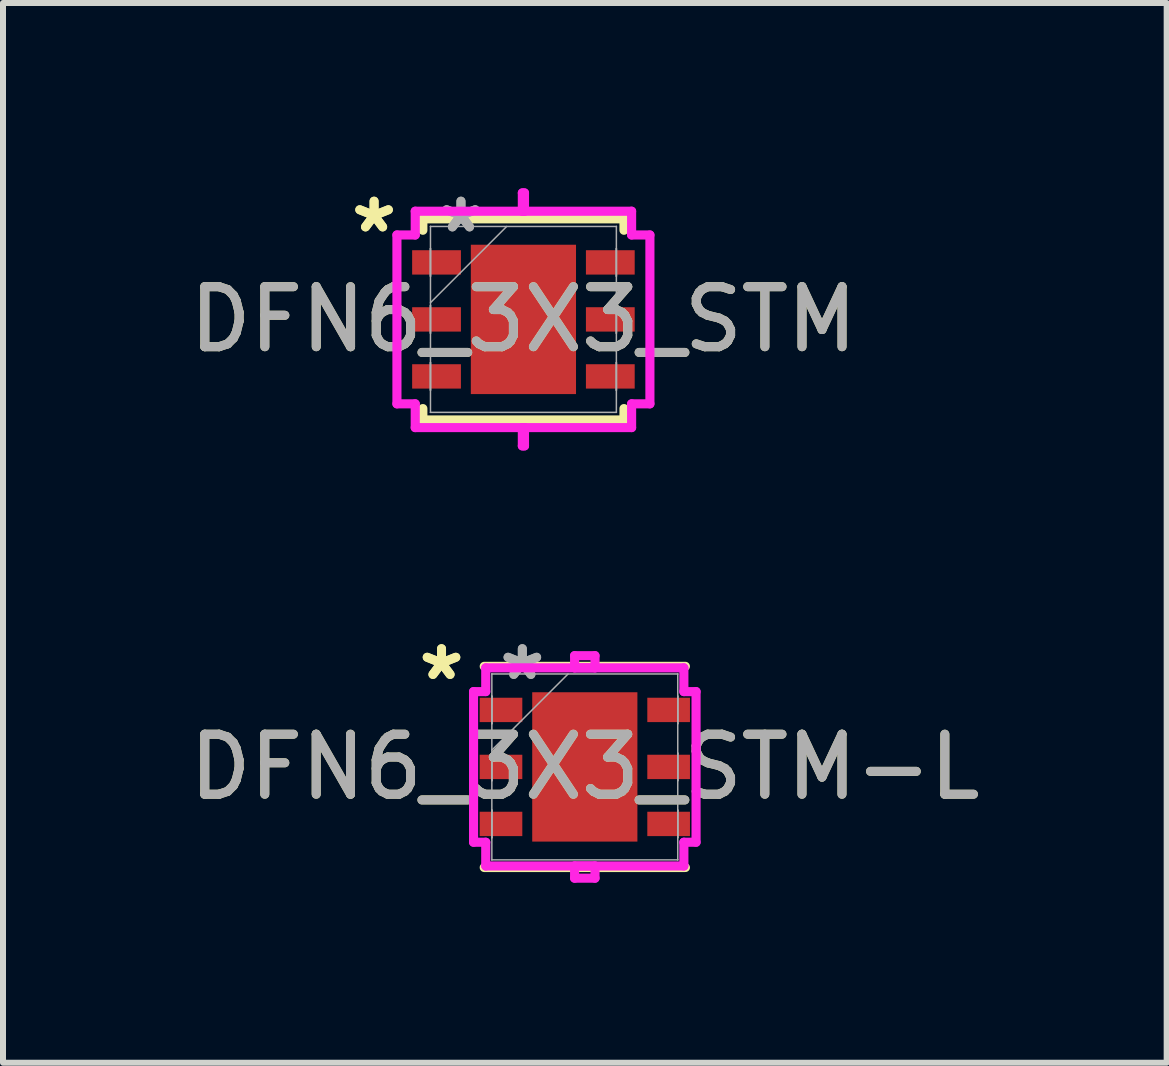
<source format=kicad_pcb>
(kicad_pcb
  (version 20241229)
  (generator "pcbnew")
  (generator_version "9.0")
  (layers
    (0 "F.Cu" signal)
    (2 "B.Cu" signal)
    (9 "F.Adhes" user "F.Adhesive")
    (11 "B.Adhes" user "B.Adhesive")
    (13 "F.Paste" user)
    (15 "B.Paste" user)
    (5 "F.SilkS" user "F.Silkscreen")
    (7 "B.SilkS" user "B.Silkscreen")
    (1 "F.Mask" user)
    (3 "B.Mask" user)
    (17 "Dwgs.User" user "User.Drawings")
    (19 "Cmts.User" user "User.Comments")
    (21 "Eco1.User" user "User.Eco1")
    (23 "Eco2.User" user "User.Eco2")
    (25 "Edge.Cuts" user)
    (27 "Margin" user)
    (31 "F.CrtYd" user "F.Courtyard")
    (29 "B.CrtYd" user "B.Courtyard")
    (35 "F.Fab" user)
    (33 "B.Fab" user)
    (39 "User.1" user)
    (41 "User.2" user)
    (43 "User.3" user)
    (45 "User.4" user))
  (footprint "DFN6_3X3_STM-L"
    (layer "F.Cu")
    (at 6.696 9.731)
    (property "Reference" "DFN6_3X3_STM-L" (at 0 0 0) (unlocked yes) (layer "F.SilkS") (effects (font (size 1 1) (thickness 0.15))))
    (attr smd)
    (fp_line (start -1.676 1.676) (end 1.676 1.676) (stroke (width 0.152) (type solid)) (layer "F.SilkS"))
    (fp_line (start 1.676 -1.676) (end -1.676 -1.676) (stroke (width 0.152) (type solid)) (layer "F.SilkS"))
    (fp_line (start -1.854 -1.255) (end -1.651 -1.255) (stroke (width 0.152) (type solid)) (layer "F.CrtYd"))
    (fp_line (start -1.854 1.255) (end -1.854 -1.255) (stroke (width 0.152) (type solid)) (layer "F.CrtYd"))
    (fp_line (start -1.651 -1.651) (end 0.17 -1.651) (stroke (width 0.152) (type solid)) (layer "F.CrtYd"))
    (fp_line (start -1.651 -1.255) (end -1.651 -1.651) (stroke (width 0.152) (type solid)) (layer "F.CrtYd"))
    (fp_line (start -1.651 1.255) (end -1.854 1.255) (stroke (width 0.152) (type solid)) (layer "F.CrtYd"))
    (fp_line (start -1.651 1.651) (end -1.651 1.255) (stroke (width 0.152) (type solid)) (layer "F.CrtYd"))
    (fp_line (start -0.17 -1.854) (end -0.17 -1.651) (stroke (width 0.152) (type solid)) (layer "F.CrtYd"))
    (fp_line (start -0.17 -1.651) (end 1.651 -1.651) (stroke (width 0.152) (type solid)) (layer "F.CrtYd"))
    (fp_line (start -0.17 1.651) (end -0.17 1.854) (stroke (width 0.152) (type solid)) (layer "F.CrtYd"))
    (fp_line (start -0.17 1.854) (end 0.17 1.854) (stroke (width 0.152) (type solid)) (layer "F.CrtYd"))
    (fp_line (start 0.17 -1.854) (end -0.17 -1.854) (stroke (width 0.152) (type solid)) (layer "F.CrtYd"))
    (fp_line (start 0.17 -1.651) (end 0.17 -1.854) (stroke (width 0.152) (type solid)) (layer "F.CrtYd"))
    (fp_line (start 0.17 1.651) (end -1.651 1.651) (stroke (width 0.152) (type solid)) (layer "F.CrtYd"))
    (fp_line (start 0.17 1.854) (end 0.17 1.651) (stroke (width 0.152) (type solid)) (layer "F.CrtYd"))
    (fp_line (start 1.651 -1.651) (end 1.651 -1.255) (stroke (width 0.152) (type solid)) (layer "F.CrtYd"))
    (fp_line (start 1.651 -1.255) (end 1.854 -1.255) (stroke (width 0.152) (type solid)) (layer "F.CrtYd"))
    (fp_line (start 1.651 1.255) (end 1.651 1.651) (stroke (width 0.152) (type solid)) (layer "F.CrtYd"))
    (fp_line (start 1.651 1.651) (end -0.17 1.651) (stroke (width 0.152) (type solid)) (layer "F.CrtYd"))
    (fp_line (start 1.854 -1.255) (end 1.854 1.255) (stroke (width 0.152) (type solid)) (layer "F.CrtYd"))
    (fp_line (start 1.854 1.255) (end 1.651 1.255) (stroke (width 0.152) (type solid)) (layer "F.CrtYd"))
    (fp_line (start -1.549 -1.549) (end -1.549 -1.549) (stroke (width 0.025) (type solid)) (layer "F.Fab"))
    (fp_line (start -1.549 -1.549) (end -1.549 1.549) (stroke (width 0.025) (type solid)) (layer "F.Fab"))
    (fp_line (start -1.549 -1.179) (end -1.549 -1.179) (stroke (width 0.025) (type solid)) (layer "F.Fab"))
    (fp_line (start -1.549 -1.179) (end -1.549 -0.721) (stroke (width 0.025) (type solid)) (layer "F.Fab"))
    (fp_line (start -1.549 -0.721) (end -1.549 -1.179) (stroke (width 0.025) (type solid)) (layer "F.Fab"))
    (fp_line (start -1.549 -0.721) (end -1.549 -0.721) (stroke (width 0.025) (type solid)) (layer "F.Fab"))
    (fp_line (start -1.549 -0.279) (end -0.279 -1.549) (stroke (width 0.025) (type solid)) (layer "F.Fab"))
    (fp_line (start -1.549 -0.229) (end -1.549 -0.229) (stroke (width 0.025) (type solid)) (layer "F.Fab"))
    (fp_line (start -1.549 -0.229) (end -1.549 0.229) (stroke (width 0.025) (type solid)) (layer "F.Fab"))
    (fp_line (start -1.549 0.229) (end -1.549 -0.229) (stroke (width 0.025) (type solid)) (layer "F.Fab"))
    (fp_line (start -1.549 0.229) (end -1.549 0.229) (stroke (width 0.025) (type solid)) (layer "F.Fab"))
    (fp_line (start -1.549 0.721) (end -1.549 0.721) (stroke (width 0.025) (type solid)) (layer "F.Fab"))
    (fp_line (start -1.549 0.721) (end -1.549 1.179) (stroke (width 0.025) (type solid)) (layer "F.Fab"))
    (fp_line (start -1.549 1.179) (end -1.549 0.721) (stroke (width 0.025) (type solid)) (layer "F.Fab"))
    (fp_line (start -1.549 1.179) (end -1.549 1.179) (stroke (width 0.025) (type solid)) (layer "F.Fab"))
    (fp_line (start -1.549 1.549) (end -1.549 1.549) (stroke (width 0.025) (type solid)) (layer "F.Fab"))
    (fp_line (start -1.549 1.549) (end 1.549 1.549) (stroke (width 0.025) (type solid)) (layer "F.Fab"))
    (fp_line (start 1.549 -1.549) (end -1.549 -1.549) (stroke (width 0.025) (type solid)) (layer "F.Fab"))
    (fp_line (start 1.549 -1.549) (end 1.549 -1.549) (stroke (width 0.025) (type solid)) (layer "F.Fab"))
    (fp_line (start 1.549 -1.179) (end 1.549 -1.179) (stroke (width 0.025) (type solid)) (layer "F.Fab"))
    (fp_line (start 1.549 -1.179) (end 1.549 -0.721) (stroke (width 0.025) (type solid)) (layer "F.Fab"))
    (fp_line (start 1.549 -0.721) (end 1.549 -1.179) (stroke (width 0.025) (type solid)) (layer "F.Fab"))
    (fp_line (start 1.549 -0.721) (end 1.549 -0.721) (stroke (width 0.025) (type solid)) (layer "F.Fab"))
    (fp_line (start 1.549 -0.229) (end 1.549 -0.229) (stroke (width 0.025) (type solid)) (layer "F.Fab"))
    (fp_line (start 1.549 -0.229) (end 1.549 0.229) (stroke (width 0.025) (type solid)) (layer "F.Fab"))
    (fp_line (start 1.549 0.229) (end 1.549 -0.229) (stroke (width 0.025) (type solid)) (layer "F.Fab"))
    (fp_line (start 1.549 0.229) (end 1.549 0.229) (stroke (width 0.025) (type solid)) (layer "F.Fab"))
    (fp_line (start 1.549 0.721) (end 1.549 0.721) (stroke (width 0.025) (type solid)) (layer "F.Fab"))
    (fp_line (start 1.549 0.721) (end 1.549 1.179) (stroke (width 0.025) (type solid)) (layer "F.Fab"))
    (fp_line (start 1.549 1.179) (end 1.549 0.721) (stroke (width 0.025) (type solid)) (layer "F.Fab"))
    (fp_line (start 1.549 1.179) (end 1.549 1.179) (stroke (width 0.025) (type solid)) (layer "F.Fab"))
    (fp_line (start 1.549 1.549) (end 1.549 -1.549) (stroke (width 0.025) (type solid)) (layer "F.Fab"))
    (fp_line (start 1.549 1.549) (end 1.549 1.549) (stroke (width 0.025) (type solid)) (layer "F.Fab"))
    (fp_text user "*" (at -2.388 -1.425 0) (layer "F.SilkS") (effects (font (size 1 1) (thickness 0.15))))
    (fp_text user "*" (at -2.388 -1.425 0) (unlocked yes) (layer "F.SilkS") (effects (font (size 1 1) (thickness 0.15))))
    (fp_text user "*" (at -1.041 -1.425 0) (unlocked yes) (layer "F.Fab") (effects (font (size 1 1) (thickness 0.15))))
    (fp_text user "${REFERENCE}" (at 0 0 0) (unlocked yes) (layer "F.Fab") (effects (font (size 1 1) (thickness 0.15))))
    (fp_text user "*" (at -1.041 -1.425 0) (layer "F.Fab") (effects (font (size 1 1) (thickness 0.15))))
    (pad "1" smd rect (at -1.397 -0.95 90) (size 0.406 0.711) (layers "F.Cu" "F.Mask" "F.Paste"))
    (pad "2" smd rect (at -1.397 0 90) (size 0.406 0.711) (layers "F.Cu" "F.Mask" "F.Paste"))
    (pad "3" smd rect (at -1.397 0.95 90) (size 0.406 0.711) (layers "F.Cu" "F.Mask" "F.Paste"))
    (pad "4" smd rect (at 1.397 0.95 90) (size 0.406 0.711) (layers "F.Cu" "F.Mask" "F.Paste"))
    (pad "5" smd rect (at 1.397 0 90) (size 0.406 0.711) (layers "F.Cu" "F.Mask" "F.Paste"))
    (pad "6" smd rect (at 1.397 -0.95 90) (size 0.406 0.711) (layers "F.Cu" "F.Mask" "F.Paste"))
    (pad "7" smd rect (at 0 0) (size 1.753 2.489) (layers "F.Cu" "F.Mask" "F.Paste")))
  (footprint "DFN6_3X3_STM"
    (layer "F.Cu")
    (at 5.673 2.273)
    (property "Reference" "DFN6_3X3_STM" (at 0 0 0) (unlocked yes) (layer "F.SilkS") (effects (font (size 1 1) (thickness 0.15))))
    (attr smd)
    (fp_line (start -1.676 -1.676) (end -1.676 -1.486) (stroke (width 0.152) (type solid)) (layer "F.SilkS"))
    (fp_line (start -1.676 1.486) (end -1.676 1.676) (stroke (width 0.152) (type solid)) (layer "F.SilkS"))
    (fp_line (start -1.676 1.676) (end 1.676 1.676) (stroke (width 0.152) (type solid)) (layer "F.SilkS"))
    (fp_line (start 1.676 -1.676) (end -1.676 -1.676) (stroke (width 0.152) (type solid)) (layer "F.SilkS"))
    (fp_line (start 1.676 -1.486) (end 1.676 -1.676) (stroke (width 0.152) (type solid)) (layer "F.SilkS"))
    (fp_line (start 1.676 1.676) (end 1.676 1.486) (stroke (width 0.152) (type solid)) (layer "F.SilkS"))
    (fp_line (start -2.108 -1.407) (end -1.803 -1.407) (stroke (width 0.152) (type solid)) (layer "F.CrtYd"))
    (fp_line (start -2.108 1.407) (end -2.108 -1.407) (stroke (width 0.152) (type solid)) (layer "F.CrtYd"))
    (fp_line (start -1.803 -1.803) (end 0.018 -1.803) (stroke (width 0.152) (type solid)) (layer "F.CrtYd"))
    (fp_line (start -1.803 -1.407) (end -1.803 -1.803) (stroke (width 0.152) (type solid)) (layer "F.CrtYd"))
    (fp_line (start -1.803 1.407) (end -2.108 1.407) (stroke (width 0.152) (type solid)) (layer "F.CrtYd"))
    (fp_line (start -1.803 1.803) (end -1.803 1.407) (stroke (width 0.152) (type solid)) (layer "F.CrtYd"))
    (fp_line (start -0.018 -2.108) (end -0.018 -1.803) (stroke (width 0.152) (type solid)) (layer "F.CrtYd"))
    (fp_line (start -0.018 -1.803) (end 1.803 -1.803) (stroke (width 0.152) (type solid)) (layer "F.CrtYd"))
    (fp_line (start -0.018 1.803) (end -0.018 2.108) (stroke (width 0.152) (type solid)) (layer "F.CrtYd"))
    (fp_line (start -0.018 2.108) (end 0.018 2.108) (stroke (width 0.152) (type solid)) (layer "F.CrtYd"))
    (fp_line (start 0.018 -2.108) (end -0.018 -2.108) (stroke (width 0.152) (type solid)) (layer "F.CrtYd"))
    (fp_line (start 0.018 -1.803) (end 0.018 -2.108) (stroke (width 0.152) (type solid)) (layer "F.CrtYd"))
    (fp_line (start 0.018 1.803) (end -1.803 1.803) (stroke (width 0.152) (type solid)) (layer "F.CrtYd"))
    (fp_line (start 0.018 2.108) (end 0.018 1.803) (stroke (width 0.152) (type solid)) (layer "F.CrtYd"))
    (fp_line (start 1.803 -1.803) (end 1.803 -1.407) (stroke (width 0.152) (type solid)) (layer "F.CrtYd"))
    (fp_line (start 1.803 -1.407) (end 2.108 -1.407) (stroke (width 0.152) (type solid)) (layer "F.CrtYd"))
    (fp_line (start 1.803 1.407) (end 1.803 1.803) (stroke (width 0.152) (type solid)) (layer "F.CrtYd"))
    (fp_line (start 1.803 1.803) (end -0.018 1.803) (stroke (width 0.152) (type solid)) (layer "F.CrtYd"))
    (fp_line (start 2.108 -1.407) (end 2.108 1.407) (stroke (width 0.152) (type solid)) (layer "F.CrtYd"))
    (fp_line (start 2.108 1.407) (end 1.803 1.407) (stroke (width 0.152) (type solid)) (layer "F.CrtYd"))
    (fp_line (start -1.549 -1.549) (end -1.549 -1.549) (stroke (width 0.025) (type solid)) (layer "F.Fab"))
    (fp_line (start -1.549 -1.549) (end -1.549 1.549) (stroke (width 0.025) (type solid)) (layer "F.Fab"))
    (fp_line (start -1.549 -1.179) (end -1.549 -1.179) (stroke (width 0.025) (type solid)) (layer "F.Fab"))
    (fp_line (start -1.549 -1.179) (end -1.549 -0.721) (stroke (width 0.025) (type solid)) (layer "F.Fab"))
    (fp_line (start -1.549 -0.721) (end -1.549 -1.179) (stroke (width 0.025) (type solid)) (layer "F.Fab"))
    (fp_line (start -1.549 -0.721) (end -1.549 -0.721) (stroke (width 0.025) (type solid)) (layer "F.Fab"))
    (fp_line (start -1.549 -0.279) (end -0.279 -1.549) (stroke (width 0.025) (type solid)) (layer "F.Fab"))
    (fp_line (start -1.549 -0.229) (end -1.549 -0.229) (stroke (width 0.025) (type solid)) (layer "F.Fab"))
    (fp_line (start -1.549 -0.229) (end -1.549 0.229) (stroke (width 0.025) (type solid)) (layer "F.Fab"))
    (fp_line (start -1.549 0.229) (end -1.549 -0.229) (stroke (width 0.025) (type solid)) (layer "F.Fab"))
    (fp_line (start -1.549 0.229) (end -1.549 0.229) (stroke (width 0.025) (type solid)) (layer "F.Fab"))
    (fp_line (start -1.549 0.721) (end -1.549 0.721) (stroke (width 0.025) (type solid)) (layer "F.Fab"))
    (fp_line (start -1.549 0.721) (end -1.549 1.179) (stroke (width 0.025) (type solid)) (layer "F.Fab"))
    (fp_line (start -1.549 1.179) (end -1.549 0.721) (stroke (width 0.025) (type solid)) (layer "F.Fab"))
    (fp_line (start -1.549 1.179) (end -1.549 1.179) (stroke (width 0.025) (type solid)) (layer "F.Fab"))
    (fp_line (start -1.549 1.549) (end -1.549 1.549) (stroke (width 0.025) (type solid)) (layer "F.Fab"))
    (fp_line (start -1.549 1.549) (end 1.549 1.549) (stroke (width 0.025) (type solid)) (layer "F.Fab"))
    (fp_line (start 1.549 -1.549) (end -1.549 -1.549) (stroke (width 0.025) (type solid)) (layer "F.Fab"))
    (fp_line (start 1.549 -1.549) (end 1.549 -1.549) (stroke (width 0.025) (type solid)) (layer "F.Fab"))
    (fp_line (start 1.549 -1.179) (end 1.549 -1.179) (stroke (width 0.025) (type solid)) (layer "F.Fab"))
    (fp_line (start 1.549 -1.179) (end 1.549 -0.721) (stroke (width 0.025) (type solid)) (layer "F.Fab"))
    (fp_line (start 1.549 -0.721) (end 1.549 -1.179) (stroke (width 0.025) (type solid)) (layer "F.Fab"))
    (fp_line (start 1.549 -0.721) (end 1.549 -0.721) (stroke (width 0.025) (type solid)) (layer "F.Fab"))
    (fp_line (start 1.549 -0.229) (end 1.549 -0.229) (stroke (width 0.025) (type solid)) (layer "F.Fab"))
    (fp_line (start 1.549 -0.229) (end 1.549 0.229) (stroke (width 0.025) (type solid)) (layer "F.Fab"))
    (fp_line (start 1.549 0.229) (end 1.549 -0.229) (stroke (width 0.025) (type solid)) (layer "F.Fab"))
    (fp_line (start 1.549 0.229) (end 1.549 0.229) (stroke (width 0.025) (type solid)) (layer "F.Fab"))
    (fp_line (start 1.549 0.721) (end 1.549 0.721) (stroke (width 0.025) (type solid)) (layer "F.Fab"))
    (fp_line (start 1.549 0.721) (end 1.549 1.179) (stroke (width 0.025) (type solid)) (layer "F.Fab"))
    (fp_line (start 1.549 1.179) (end 1.549 0.721) (stroke (width 0.025) (type solid)) (layer "F.Fab"))
    (fp_line (start 1.549 1.179) (end 1.549 1.179) (stroke (width 0.025) (type solid)) (layer "F.Fab"))
    (fp_line (start 1.549 1.549) (end 1.549 -1.549) (stroke (width 0.025) (type solid)) (layer "F.Fab"))
    (fp_line (start 1.549 1.549) (end 1.549 1.549) (stroke (width 0.025) (type solid)) (layer "F.Fab"))
    (fp_text user "*" (at -2.489 -1.425 0) (layer "F.SilkS") (effects (font (size 1 1) (thickness 0.15))))
    (fp_text user "*" (at -2.489 -1.425 0) (unlocked yes) (layer "F.SilkS") (effects (font (size 1 1) (thickness 0.15))))
    (fp_text user "${REFERENCE}" (at 0 0 0) (unlocked yes) (layer "F.Fab") (effects (font (size 1 1) (thickness 0.15))))
    (fp_text user "*" (at -1.041 -1.425 0) (layer "F.Fab") (effects (font (size 1 1) (thickness 0.15))))
    (fp_text user "*" (at -1.041 -1.425 0) (unlocked yes) (layer "F.Fab") (effects (font (size 1 1) (thickness 0.15))))
    (pad "1" smd rect (at -1.448 -0.95 90) (size 0.406 0.813) (layers "F.Cu" "F.Mask" "F.Paste"))
    (pad "2" smd rect (at -1.448 0 90) (size 0.406 0.813) (layers "F.Cu" "F.Mask" "F.Paste"))
    (pad "3" smd rect (at -1.448 0.95 90) (size 0.406 0.813) (layers "F.Cu" "F.Mask" "F.Paste"))
    (pad "4" smd rect (at 1.448 0.95 90) (size 0.406 0.813) (layers "F.Cu" "F.Mask" "F.Paste"))
    (pad "5" smd rect (at 1.448 0 90) (size 0.406 0.813) (layers "F.Cu" "F.Mask" "F.Paste"))
    (pad "6" smd rect (at 1.448 -0.95 90) (size 0.406 0.813) (layers "F.Cu" "F.Mask" "F.Paste"))
    (pad "7" smd rect (at 0 0) (size 1.753 2.489) (layers "F.Cu" "F.Mask" "F.Paste")))
  (gr_rect
    (start -3 -3)
    (end 16.393 14.661)
    (stroke (width 0.1) (type default))
    (fill no)
    (layer "Edge.Cuts")))
</source>
